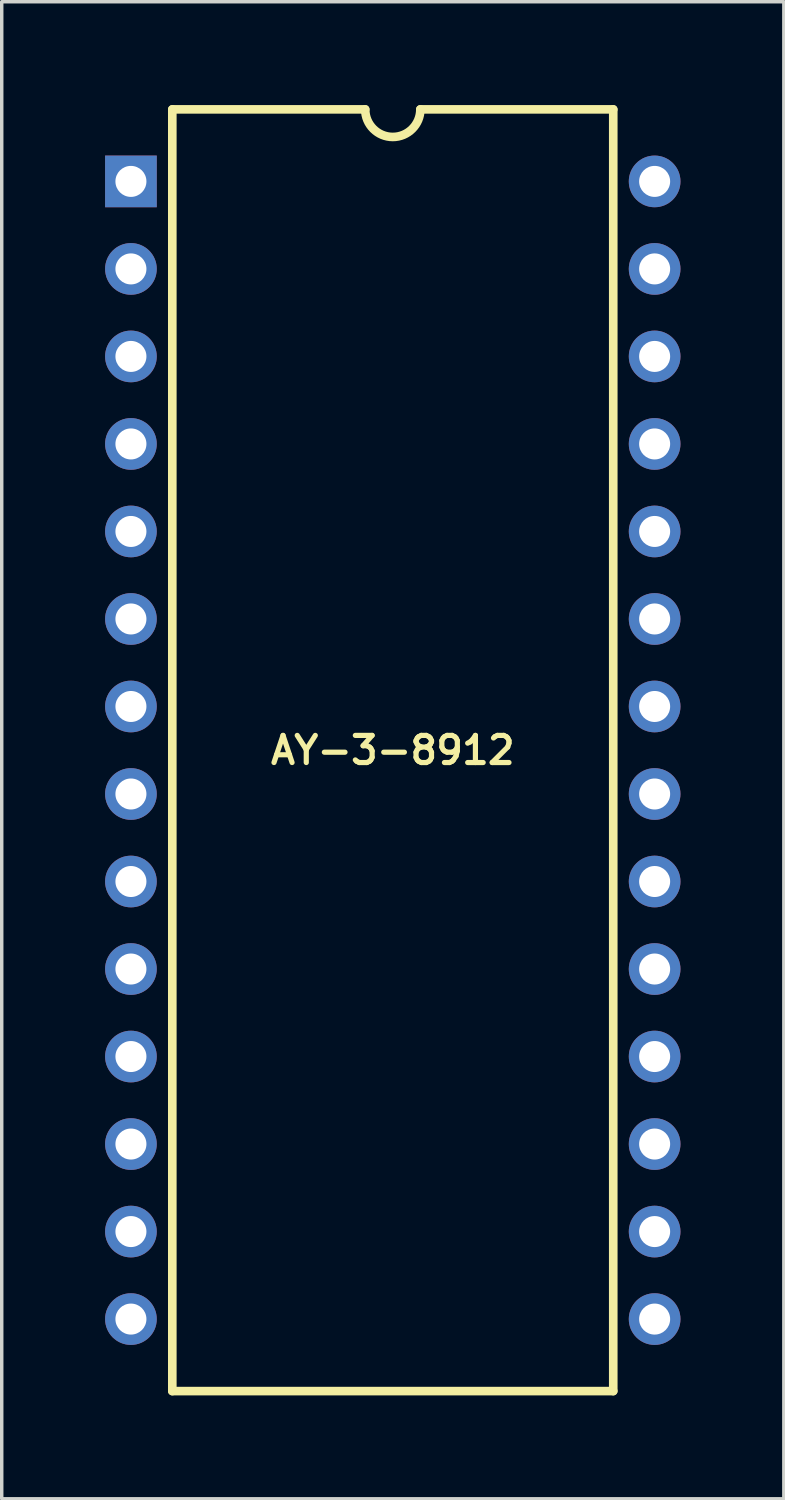
<source format=kicad_pcb>
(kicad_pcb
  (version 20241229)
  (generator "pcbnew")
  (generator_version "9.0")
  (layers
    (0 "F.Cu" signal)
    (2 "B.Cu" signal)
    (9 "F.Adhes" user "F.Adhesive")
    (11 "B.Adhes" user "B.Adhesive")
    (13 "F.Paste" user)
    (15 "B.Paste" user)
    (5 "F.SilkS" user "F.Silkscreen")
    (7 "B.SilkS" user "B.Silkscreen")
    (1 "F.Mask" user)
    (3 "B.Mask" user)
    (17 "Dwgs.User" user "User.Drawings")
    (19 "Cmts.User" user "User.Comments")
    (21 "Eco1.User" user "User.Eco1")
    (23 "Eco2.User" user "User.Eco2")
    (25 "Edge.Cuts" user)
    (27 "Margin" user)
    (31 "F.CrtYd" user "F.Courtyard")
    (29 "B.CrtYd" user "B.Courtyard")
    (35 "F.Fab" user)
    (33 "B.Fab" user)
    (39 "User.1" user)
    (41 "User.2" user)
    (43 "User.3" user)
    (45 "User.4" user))
  (footprint "AY-3-8912"
    (layer "F.Cu")
    (at 8.35 18.725)
    (property "Reference" "AY-3-8912" (at 0 0 0) (layer "F.SilkS") (effects (font (size 0.787 0.787) (thickness 0.15))))
    (attr through_hole)
    (fp_line (start -6.399 -18.6) (end -6.399 18.6) (stroke (width 0.25) (type solid)) (layer "F.SilkS"))
    (fp_line (start -6.399 -18.6) (end -0.8 -18.6) (stroke (width 0.25) (type solid)) (layer "F.SilkS"))
    (fp_line (start -6.399 18.6) (end 6.399 18.6) (stroke (width 0.25) (type solid)) (layer "F.SilkS"))
    (fp_line (start 6.399 -18.6) (end 0.8 -18.6) (stroke (width 0.25) (type solid)) (layer "F.SilkS"))
    (fp_line (start 6.399 -18.6) (end 6.399 18.6) (stroke (width 0.25) (type solid)) (layer "F.SilkS"))
    (fp_arc (start 0.8 -18.6) (mid 0 -17.800133) (end -0.8 -18.600001) (stroke (width 0.25) (type solid)) (layer "F.SilkS"))
    (pad "1" thru_hole rect (at -7.6 -16.51) (size 1.5 1.5) (drill 0.9) (layers "*.Cu" "*.Mask"))
    (pad "2" thru_hole circle (at -7.6 -13.97) (size 1.5 1.5) (drill 0.9) (layers "*.Cu" "*.Mask"))
    (pad "3" thru_hole circle (at -7.6 -11.43) (size 1.5 1.5) (drill 0.9) (layers "*.Cu" "*.Mask"))
    (pad "4" thru_hole circle (at -7.6 -8.89) (size 1.5 1.5) (drill 0.9) (layers "*.Cu" "*.Mask"))
    (pad "5" thru_hole circle (at -7.6 -6.35) (size 1.5 1.5) (drill 0.9) (layers "*.Cu" "*.Mask"))
    (pad "6" thru_hole circle (at -7.6 -3.81) (size 1.5 1.5) (drill 0.9) (layers "*.Cu" "*.Mask"))
    (pad "7" thru_hole circle (at -7.6 -1.27) (size 1.5 1.5) (drill 0.9) (layers "*.Cu" "*.Mask"))
    (pad "8" thru_hole circle (at -7.6 1.27) (size 1.5 1.5) (drill 0.9) (layers "*.Cu" "*.Mask"))
    (pad "9" thru_hole circle (at -7.6 3.81) (size 1.5 1.5) (drill 0.9) (layers "*.Cu" "*.Mask"))
    (pad "10" thru_hole circle (at -7.6 6.35) (size 1.5 1.5) (drill 0.9) (layers "*.Cu" "*.Mask"))
    (pad "11" thru_hole circle (at -7.6 8.89) (size 1.5 1.5) (drill 0.9) (layers "*.Cu" "*.Mask"))
    (pad "12" thru_hole circle (at -7.6 11.43) (size 1.5 1.5) (drill 0.9) (layers "*.Cu" "*.Mask"))
    (pad "13" thru_hole circle (at -7.6 13.97) (size 1.5 1.5) (drill 0.9) (layers "*.Cu" "*.Mask"))
    (pad "14" thru_hole circle (at -7.6 16.51) (size 1.5 1.5) (drill 0.9) (layers "*.Cu" "*.Mask"))
    (pad "15" thru_hole circle (at 7.6 16.51) (size 1.5 1.5) (drill 0.9) (layers "*.Cu" "*.Mask"))
    (pad "16" thru_hole circle (at 7.6 13.97) (size 1.5 1.5) (drill 0.9) (layers "*.Cu" "*.Mask"))
    (pad "17" thru_hole circle (at 7.6 11.43) (size 1.5 1.5) (drill 0.9) (layers "*.Cu" "*.Mask"))
    (pad "18" thru_hole circle (at 7.6 8.89) (size 1.5 1.5) (drill 0.9) (layers "*.Cu" "*.Mask"))
    (pad "19" thru_hole circle (at 7.6 6.35) (size 1.5 1.5) (drill 0.9) (layers "*.Cu" "*.Mask"))
    (pad "20" thru_hole circle (at 7.6 3.81) (size 1.5 1.5) (drill 0.9) (layers "*.Cu" "*.Mask"))
    (pad "21" thru_hole circle (at 7.6 1.27) (size 1.5 1.5) (drill 0.9) (layers "*.Cu" "*.Mask"))
    (pad "22" thru_hole circle (at 7.6 -1.27) (size 1.5 1.5) (drill 0.9) (layers "*.Cu" "*.Mask"))
    (pad "23" thru_hole circle (at 7.6 -3.81) (size 1.5 1.5) (drill 0.9) (layers "*.Cu" "*.Mask"))
    (pad "24" thru_hole circle (at 7.6 -6.35) (size 1.5 1.5) (drill 0.9) (layers "*.Cu" "*.Mask"))
    (pad "25" thru_hole circle (at 7.6 -8.89) (size 1.5 1.5) (drill 0.9) (layers "*.Cu" "*.Mask"))
    (pad "26" thru_hole circle (at 7.6 -11.43) (size 1.5 1.5) (drill 0.9) (layers "*.Cu" "*.Mask"))
    (pad "27" thru_hole circle (at 7.6 -13.97) (size 1.5 1.5) (drill 0.9) (layers "*.Cu" "*.Mask"))
    (pad "28" thru_hole circle (at 7.6 -16.51) (size 1.5 1.5) (drill 0.9) (layers "*.Cu" "*.Mask")))
  (gr_rect
    (start -3 -3)
    (end 19.7 40.45)
    (stroke (width 0.1) (type default))
    (fill no)
    (layer "Edge.Cuts")))
</source>
